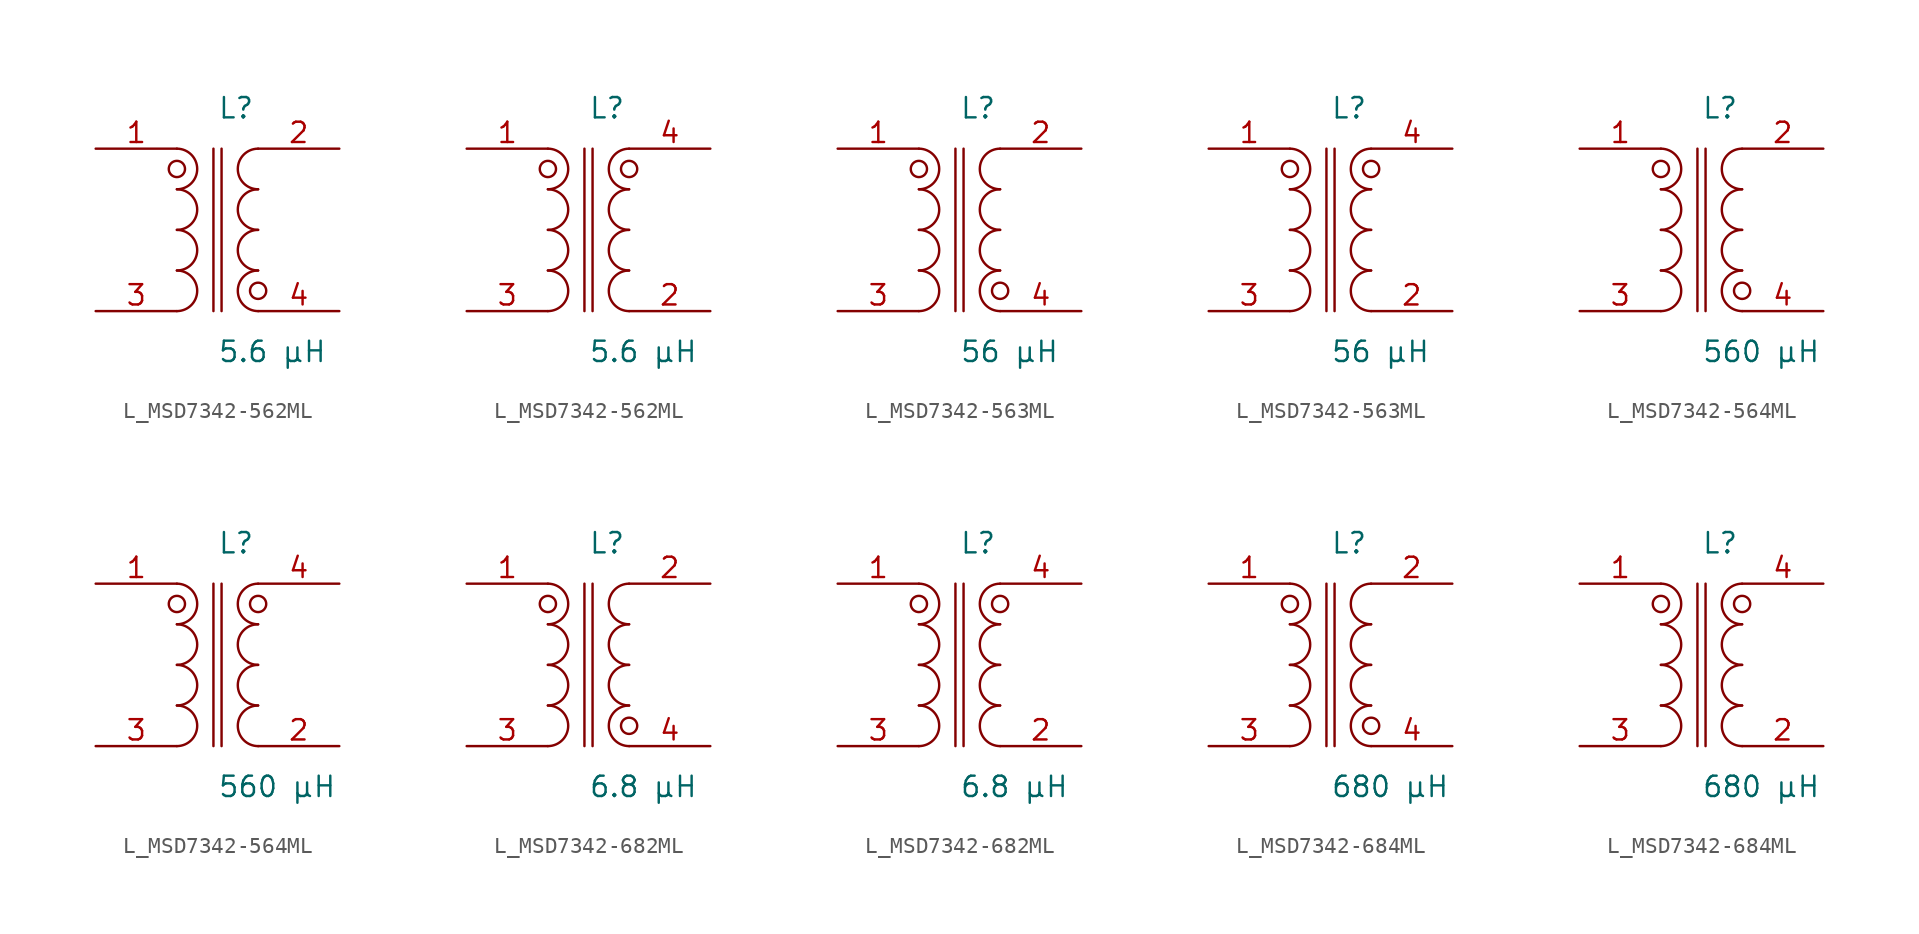
<source format=kicad_sym>
(kicad_symbol_lib
  (version 20231120)
  (generator kicad_symbol_editor)
  (generator_version 8.0)
  (symbol "L_MSD7342-562ML"
    (pin_names
      (offset 0.254))
    (property "Reference" "L"
      (at 0.0 7.62 0)
      (effects (font (size 1.27 1.27)) (justify left)))
    (property "Value" "5.6 µH"
      (at 0.0 -7.62 0)
      (effects (font (size 1.27 1.27)) (justify left)))
    (symbol "L_MSD7342-562ML_1_1"
      (arc (start -2.54 -5.08) (mid -1.27 -3.81) (end -2.54 -2.54) (stroke (width 0) (type default)) (fill (type none)))
      (arc (start -2.54 -2.54) (mid -1.27 -1.27) (end -2.54 0.0) (stroke (width 0) (type default)) (fill (type none)))
      (arc (start -2.54 0.0) (mid -1.27 1.27) (end -2.54 2.54) (stroke (width 0) (type default)) (fill (type none)))
      (arc (start -2.54 2.54) (mid -1.27 3.81) (end -2.54 5.08) (stroke (width 0) (type default)) (fill (type none)))
      (arc (start 2.54 -5.08) (mid 1.27 -3.81) (end 2.54 -2.54) (stroke (width 0) (type default)) (fill (type none)))
      (arc (start 2.54 -2.54) (mid 1.27 -1.27) (end 2.54 0.0) (stroke (width 0) (type default)) (fill (type none)))
      (arc (start 2.54 0.0) (mid 1.27 1.27) (end 2.54 2.54) (stroke (width 0) (type default)) (fill (type none)))
      (arc (start 2.54 2.54) (mid 1.27 3.81) (end 2.54 5.08) (stroke (width 0) (type default)) (fill (type none)))
      (circle (center -2.54 3.81) (radius 0.508) (stroke (width 0) (type default)) (fill (type none)))
      (circle (center 2.54 -3.81) (radius 0.508) (stroke (width 0) (type default)) (fill (type none)))
      (polyline (pts (xy -0.254 5.08) (xy -0.254 -5.08)) (stroke (width 0) (type default)) (fill (type none)))
      (polyline (pts (xy 0.254 5.08) (xy 0.254 -5.08)) (stroke (width 0) (type default)) (fill (type none)))
      (pin unspecified line (at -7.62 5.08 0) (length 5.08) (name "" (effects (font (size 1.27 1.27)))) (number "1" (effects (font (size 1.27 1.27)))))
      (pin unspecified line (at -7.62 -5.08 0) (length 5.08) (name "" (effects (font (size 1.27 1.27)))) (number "3" (effects (font (size 1.27 1.27)))))
      (pin unspecified line (at 7.62 5.08 180) (length 5.08) (name "" (effects (font (size 1.27 1.27)))) (number "2" (effects (font (size 1.27 1.27)))))
      (pin unspecified line (at 7.62 -5.08 180) (length 5.08) (name "" (effects (font (size 1.27 1.27)))) (number "4" (effects (font (size 1.27 1.27))))))
    (symbol "L_MSD7342-562ML_1_2"
      (arc (start -2.54 -5.08) (mid -1.27 -3.81) (end -2.54 -2.54) (stroke (width 0) (type default)) (fill (type none)))
      (arc (start -2.54 -2.54) (mid -1.27 -1.27) (end -2.54 0.0) (stroke (width 0) (type default)) (fill (type none)))
      (arc (start -2.54 0.0) (mid -1.27 1.27) (end -2.54 2.54) (stroke (width 0) (type default)) (fill (type none)))
      (arc (start -2.54 2.54) (mid -1.27 3.81) (end -2.54 5.08) (stroke (width 0) (type default)) (fill (type none)))
      (arc (start 2.54 -5.08) (mid 1.27 -3.81) (end 2.54 -2.54) (stroke (width 0) (type default)) (fill (type none)))
      (arc (start 2.54 -2.54) (mid 1.27 -1.27) (end 2.54 0.0) (stroke (width 0) (type default)) (fill (type none)))
      (arc (start 2.54 0.0) (mid 1.27 1.27) (end 2.54 2.54) (stroke (width 0) (type default)) (fill (type none)))
      (arc (start 2.54 2.54) (mid 1.27 3.81) (end 2.54 5.08) (stroke (width 0) (type default)) (fill (type none)))
      (circle (center -2.54 3.81) (radius 0.508) (stroke (width 0) (type default)) (fill (type none)))
      (circle (center 2.54 3.81) (radius 0.508) (stroke (width 0) (type default)) (fill (type none)))
      (polyline (pts (xy -0.254 5.08) (xy -0.254 -5.08)) (stroke (width 0) (type default)) (fill (type none)))
      (polyline (pts (xy 0.254 5.08) (xy 0.254 -5.08)) (stroke (width 0) (type default)) (fill (type none)))
      (pin unspecified line (at -7.62 5.08 0) (length 5.08) (name "" (effects (font (size 1.27 1.27)))) (number "1" (effects (font (size 1.27 1.27)))))
      (pin unspecified line (at -7.62 -5.08 0) (length 5.08) (name "" (effects (font (size 1.27 1.27)))) (number "3" (effects (font (size 1.27 1.27)))))
      (pin unspecified line (at 7.62 -5.08 180) (length 5.08) (name "" (effects (font (size 1.27 1.27)))) (number "2" (effects (font (size 1.27 1.27)))))
      (pin unspecified line (at 7.62 5.08 180) (length 5.08) (name "" (effects (font (size 1.27 1.27)))) (number "4" (effects (font (size 1.27 1.27)))))))
  (symbol "L_MSD7342-563ML"
    (pin_names
      (offset 0.254))
    (property "Reference" "L"
      (at 0.0 7.62 0)
      (effects (font (size 1.27 1.27)) (justify left)))
    (property "Value" "56 µH"
      (at 0.0 -7.62 0)
      (effects (font (size 1.27 1.27)) (justify left)))
    (symbol "L_MSD7342-563ML_1_1"
      (arc (start -2.54 -5.08) (mid -1.27 -3.81) (end -2.54 -2.54) (stroke (width 0) (type default)) (fill (type none)))
      (arc (start -2.54 -2.54) (mid -1.27 -1.27) (end -2.54 0.0) (stroke (width 0) (type default)) (fill (type none)))
      (arc (start -2.54 0.0) (mid -1.27 1.27) (end -2.54 2.54) (stroke (width 0) (type default)) (fill (type none)))
      (arc (start -2.54 2.54) (mid -1.27 3.81) (end -2.54 5.08) (stroke (width 0) (type default)) (fill (type none)))
      (arc (start 2.54 -5.08) (mid 1.27 -3.81) (end 2.54 -2.54) (stroke (width 0) (type default)) (fill (type none)))
      (arc (start 2.54 -2.54) (mid 1.27 -1.27) (end 2.54 0.0) (stroke (width 0) (type default)) (fill (type none)))
      (arc (start 2.54 0.0) (mid 1.27 1.27) (end 2.54 2.54) (stroke (width 0) (type default)) (fill (type none)))
      (arc (start 2.54 2.54) (mid 1.27 3.81) (end 2.54 5.08) (stroke (width 0) (type default)) (fill (type none)))
      (circle (center -2.54 3.81) (radius 0.508) (stroke (width 0) (type default)) (fill (type none)))
      (circle (center 2.54 -3.81) (radius 0.508) (stroke (width 0) (type default)) (fill (type none)))
      (polyline (pts (xy -0.254 5.08) (xy -0.254 -5.08)) (stroke (width 0) (type default)) (fill (type none)))
      (polyline (pts (xy 0.254 5.08) (xy 0.254 -5.08)) (stroke (width 0) (type default)) (fill (type none)))
      (pin unspecified line (at -7.62 5.08 0) (length 5.08) (name "" (effects (font (size 1.27 1.27)))) (number "1" (effects (font (size 1.27 1.27)))))
      (pin unspecified line (at -7.62 -5.08 0) (length 5.08) (name "" (effects (font (size 1.27 1.27)))) (number "3" (effects (font (size 1.27 1.27)))))
      (pin unspecified line (at 7.62 5.08 180) (length 5.08) (name "" (effects (font (size 1.27 1.27)))) (number "2" (effects (font (size 1.27 1.27)))))
      (pin unspecified line (at 7.62 -5.08 180) (length 5.08) (name "" (effects (font (size 1.27 1.27)))) (number "4" (effects (font (size 1.27 1.27))))))
    (symbol "L_MSD7342-563ML_1_2"
      (arc (start -2.54 -5.08) (mid -1.27 -3.81) (end -2.54 -2.54) (stroke (width 0) (type default)) (fill (type none)))
      (arc (start -2.54 -2.54) (mid -1.27 -1.27) (end -2.54 0.0) (stroke (width 0) (type default)) (fill (type none)))
      (arc (start -2.54 0.0) (mid -1.27 1.27) (end -2.54 2.54) (stroke (width 0) (type default)) (fill (type none)))
      (arc (start -2.54 2.54) (mid -1.27 3.81) (end -2.54 5.08) (stroke (width 0) (type default)) (fill (type none)))
      (arc (start 2.54 -5.08) (mid 1.27 -3.81) (end 2.54 -2.54) (stroke (width 0) (type default)) (fill (type none)))
      (arc (start 2.54 -2.54) (mid 1.27 -1.27) (end 2.54 0.0) (stroke (width 0) (type default)) (fill (type none)))
      (arc (start 2.54 0.0) (mid 1.27 1.27) (end 2.54 2.54) (stroke (width 0) (type default)) (fill (type none)))
      (arc (start 2.54 2.54) (mid 1.27 3.81) (end 2.54 5.08) (stroke (width 0) (type default)) (fill (type none)))
      (circle (center -2.54 3.81) (radius 0.508) (stroke (width 0) (type default)) (fill (type none)))
      (circle (center 2.54 3.81) (radius 0.508) (stroke (width 0) (type default)) (fill (type none)))
      (polyline (pts (xy -0.254 5.08) (xy -0.254 -5.08)) (stroke (width 0) (type default)) (fill (type none)))
      (polyline (pts (xy 0.254 5.08) (xy 0.254 -5.08)) (stroke (width 0) (type default)) (fill (type none)))
      (pin unspecified line (at -7.62 5.08 0) (length 5.08) (name "" (effects (font (size 1.27 1.27)))) (number "1" (effects (font (size 1.27 1.27)))))
      (pin unspecified line (at -7.62 -5.08 0) (length 5.08) (name "" (effects (font (size 1.27 1.27)))) (number "3" (effects (font (size 1.27 1.27)))))
      (pin unspecified line (at 7.62 -5.08 180) (length 5.08) (name "" (effects (font (size 1.27 1.27)))) (number "2" (effects (font (size 1.27 1.27)))))
      (pin unspecified line (at 7.62 5.08 180) (length 5.08) (name "" (effects (font (size 1.27 1.27)))) (number "4" (effects (font (size 1.27 1.27)))))))
  (symbol "L_MSD7342-564ML"
    (pin_names
      (offset 0.254))
    (property "Reference" "L"
      (at 0.0 7.62 0)
      (effects (font (size 1.27 1.27)) (justify left)))
    (property "Value" "560 µH"
      (at 0.0 -7.62 0)
      (effects (font (size 1.27 1.27)) (justify left)))
    (symbol "L_MSD7342-564ML_1_1"
      (arc (start -2.54 -5.08) (mid -1.27 -3.81) (end -2.54 -2.54) (stroke (width 0) (type default)) (fill (type none)))
      (arc (start -2.54 -2.54) (mid -1.27 -1.27) (end -2.54 0.0) (stroke (width 0) (type default)) (fill (type none)))
      (arc (start -2.54 0.0) (mid -1.27 1.27) (end -2.54 2.54) (stroke (width 0) (type default)) (fill (type none)))
      (arc (start -2.54 2.54) (mid -1.27 3.81) (end -2.54 5.08) (stroke (width 0) (type default)) (fill (type none)))
      (arc (start 2.54 -5.08) (mid 1.27 -3.81) (end 2.54 -2.54) (stroke (width 0) (type default)) (fill (type none)))
      (arc (start 2.54 -2.54) (mid 1.27 -1.27) (end 2.54 0.0) (stroke (width 0) (type default)) (fill (type none)))
      (arc (start 2.54 0.0) (mid 1.27 1.27) (end 2.54 2.54) (stroke (width 0) (type default)) (fill (type none)))
      (arc (start 2.54 2.54) (mid 1.27 3.81) (end 2.54 5.08) (stroke (width 0) (type default)) (fill (type none)))
      (circle (center -2.54 3.81) (radius 0.508) (stroke (width 0) (type default)) (fill (type none)))
      (circle (center 2.54 -3.81) (radius 0.508) (stroke (width 0) (type default)) (fill (type none)))
      (polyline (pts (xy -0.254 5.08) (xy -0.254 -5.08)) (stroke (width 0) (type default)) (fill (type none)))
      (polyline (pts (xy 0.254 5.08) (xy 0.254 -5.08)) (stroke (width 0) (type default)) (fill (type none)))
      (pin unspecified line (at -7.62 5.08 0) (length 5.08) (name "" (effects (font (size 1.27 1.27)))) (number "1" (effects (font (size 1.27 1.27)))))
      (pin unspecified line (at -7.62 -5.08 0) (length 5.08) (name "" (effects (font (size 1.27 1.27)))) (number "3" (effects (font (size 1.27 1.27)))))
      (pin unspecified line (at 7.62 5.08 180) (length 5.08) (name "" (effects (font (size 1.27 1.27)))) (number "2" (effects (font (size 1.27 1.27)))))
      (pin unspecified line (at 7.62 -5.08 180) (length 5.08) (name "" (effects (font (size 1.27 1.27)))) (number "4" (effects (font (size 1.27 1.27))))))
    (symbol "L_MSD7342-564ML_1_2"
      (arc (start -2.54 -5.08) (mid -1.27 -3.81) (end -2.54 -2.54) (stroke (width 0) (type default)) (fill (type none)))
      (arc (start -2.54 -2.54) (mid -1.27 -1.27) (end -2.54 0.0) (stroke (width 0) (type default)) (fill (type none)))
      (arc (start -2.54 0.0) (mid -1.27 1.27) (end -2.54 2.54) (stroke (width 0) (type default)) (fill (type none)))
      (arc (start -2.54 2.54) (mid -1.27 3.81) (end -2.54 5.08) (stroke (width 0) (type default)) (fill (type none)))
      (arc (start 2.54 -5.08) (mid 1.27 -3.81) (end 2.54 -2.54) (stroke (width 0) (type default)) (fill (type none)))
      (arc (start 2.54 -2.54) (mid 1.27 -1.27) (end 2.54 0.0) (stroke (width 0) (type default)) (fill (type none)))
      (arc (start 2.54 0.0) (mid 1.27 1.27) (end 2.54 2.54) (stroke (width 0) (type default)) (fill (type none)))
      (arc (start 2.54 2.54) (mid 1.27 3.81) (end 2.54 5.08) (stroke (width 0) (type default)) (fill (type none)))
      (circle (center -2.54 3.81) (radius 0.508) (stroke (width 0) (type default)) (fill (type none)))
      (circle (center 2.54 3.81) (radius 0.508) (stroke (width 0) (type default)) (fill (type none)))
      (polyline (pts (xy -0.254 5.08) (xy -0.254 -5.08)) (stroke (width 0) (type default)) (fill (type none)))
      (polyline (pts (xy 0.254 5.08) (xy 0.254 -5.08)) (stroke (width 0) (type default)) (fill (type none)))
      (pin unspecified line (at -7.62 5.08 0) (length 5.08) (name "" (effects (font (size 1.27 1.27)))) (number "1" (effects (font (size 1.27 1.27)))))
      (pin unspecified line (at -7.62 -5.08 0) (length 5.08) (name "" (effects (font (size 1.27 1.27)))) (number "3" (effects (font (size 1.27 1.27)))))
      (pin unspecified line (at 7.62 -5.08 180) (length 5.08) (name "" (effects (font (size 1.27 1.27)))) (number "2" (effects (font (size 1.27 1.27)))))
      (pin unspecified line (at 7.62 5.08 180) (length 5.08) (name "" (effects (font (size 1.27 1.27)))) (number "4" (effects (font (size 1.27 1.27)))))))
  (symbol "L_MSD7342-682ML"
    (pin_names
      (offset 0.254))
    (property "Reference" "L"
      (at 0.0 7.62 0)
      (effects (font (size 1.27 1.27)) (justify left)))
    (property "Value" "6.8 µH"
      (at 0.0 -7.62 0)
      (effects (font (size 1.27 1.27)) (justify left)))
    (symbol "L_MSD7342-682ML_1_1"
      (arc (start -2.54 -5.08) (mid -1.27 -3.81) (end -2.54 -2.54) (stroke (width 0) (type default)) (fill (type none)))
      (arc (start -2.54 -2.54) (mid -1.27 -1.27) (end -2.54 0.0) (stroke (width 0) (type default)) (fill (type none)))
      (arc (start -2.54 0.0) (mid -1.27 1.27) (end -2.54 2.54) (stroke (width 0) (type default)) (fill (type none)))
      (arc (start -2.54 2.54) (mid -1.27 3.81) (end -2.54 5.08) (stroke (width 0) (type default)) (fill (type none)))
      (arc (start 2.54 -5.08) (mid 1.27 -3.81) (end 2.54 -2.54) (stroke (width 0) (type default)) (fill (type none)))
      (arc (start 2.54 -2.54) (mid 1.27 -1.27) (end 2.54 0.0) (stroke (width 0) (type default)) (fill (type none)))
      (arc (start 2.54 0.0) (mid 1.27 1.27) (end 2.54 2.54) (stroke (width 0) (type default)) (fill (type none)))
      (arc (start 2.54 2.54) (mid 1.27 3.81) (end 2.54 5.08) (stroke (width 0) (type default)) (fill (type none)))
      (circle (center -2.54 3.81) (radius 0.508) (stroke (width 0) (type default)) (fill (type none)))
      (circle (center 2.54 -3.81) (radius 0.508) (stroke (width 0) (type default)) (fill (type none)))
      (polyline (pts (xy -0.254 5.08) (xy -0.254 -5.08)) (stroke (width 0) (type default)) (fill (type none)))
      (polyline (pts (xy 0.254 5.08) (xy 0.254 -5.08)) (stroke (width 0) (type default)) (fill (type none)))
      (pin unspecified line (at -7.62 5.08 0) (length 5.08) (name "" (effects (font (size 1.27 1.27)))) (number "1" (effects (font (size 1.27 1.27)))))
      (pin unspecified line (at -7.62 -5.08 0) (length 5.08) (name "" (effects (font (size 1.27 1.27)))) (number "3" (effects (font (size 1.27 1.27)))))
      (pin unspecified line (at 7.62 5.08 180) (length 5.08) (name "" (effects (font (size 1.27 1.27)))) (number "2" (effects (font (size 1.27 1.27)))))
      (pin unspecified line (at 7.62 -5.08 180) (length 5.08) (name "" (effects (font (size 1.27 1.27)))) (number "4" (effects (font (size 1.27 1.27))))))
    (symbol "L_MSD7342-682ML_1_2"
      (arc (start -2.54 -5.08) (mid -1.27 -3.81) (end -2.54 -2.54) (stroke (width 0) (type default)) (fill (type none)))
      (arc (start -2.54 -2.54) (mid -1.27 -1.27) (end -2.54 0.0) (stroke (width 0) (type default)) (fill (type none)))
      (arc (start -2.54 0.0) (mid -1.27 1.27) (end -2.54 2.54) (stroke (width 0) (type default)) (fill (type none)))
      (arc (start -2.54 2.54) (mid -1.27 3.81) (end -2.54 5.08) (stroke (width 0) (type default)) (fill (type none)))
      (arc (start 2.54 -5.08) (mid 1.27 -3.81) (end 2.54 -2.54) (stroke (width 0) (type default)) (fill (type none)))
      (arc (start 2.54 -2.54) (mid 1.27 -1.27) (end 2.54 0.0) (stroke (width 0) (type default)) (fill (type none)))
      (arc (start 2.54 0.0) (mid 1.27 1.27) (end 2.54 2.54) (stroke (width 0) (type default)) (fill (type none)))
      (arc (start 2.54 2.54) (mid 1.27 3.81) (end 2.54 5.08) (stroke (width 0) (type default)) (fill (type none)))
      (circle (center -2.54 3.81) (radius 0.508) (stroke (width 0) (type default)) (fill (type none)))
      (circle (center 2.54 3.81) (radius 0.508) (stroke (width 0) (type default)) (fill (type none)))
      (polyline (pts (xy -0.254 5.08) (xy -0.254 -5.08)) (stroke (width 0) (type default)) (fill (type none)))
      (polyline (pts (xy 0.254 5.08) (xy 0.254 -5.08)) (stroke (width 0) (type default)) (fill (type none)))
      (pin unspecified line (at -7.62 5.08 0) (length 5.08) (name "" (effects (font (size 1.27 1.27)))) (number "1" (effects (font (size 1.27 1.27)))))
      (pin unspecified line (at -7.62 -5.08 0) (length 5.08) (name "" (effects (font (size 1.27 1.27)))) (number "3" (effects (font (size 1.27 1.27)))))
      (pin unspecified line (at 7.62 -5.08 180) (length 5.08) (name "" (effects (font (size 1.27 1.27)))) (number "2" (effects (font (size 1.27 1.27)))))
      (pin unspecified line (at 7.62 5.08 180) (length 5.08) (name "" (effects (font (size 1.27 1.27)))) (number "4" (effects (font (size 1.27 1.27)))))))
  (symbol "L_MSD7342-684ML"
    (pin_names
      (offset 0.254))
    (property "Reference" "L"
      (at 0.0 7.62 0)
      (effects (font (size 1.27 1.27)) (justify left)))
    (property "Value" "680 µH"
      (at 0.0 -7.62 0)
      (effects (font (size 1.27 1.27)) (justify left)))
    (symbol "L_MSD7342-684ML_1_1"
      (arc (start -2.54 -5.08) (mid -1.27 -3.81) (end -2.54 -2.54) (stroke (width 0) (type default)) (fill (type none)))
      (arc (start -2.54 -2.54) (mid -1.27 -1.27) (end -2.54 0.0) (stroke (width 0) (type default)) (fill (type none)))
      (arc (start -2.54 0.0) (mid -1.27 1.27) (end -2.54 2.54) (stroke (width 0) (type default)) (fill (type none)))
      (arc (start -2.54 2.54) (mid -1.27 3.81) (end -2.54 5.08) (stroke (width 0) (type default)) (fill (type none)))
      (arc (start 2.54 -5.08) (mid 1.27 -3.81) (end 2.54 -2.54) (stroke (width 0) (type default)) (fill (type none)))
      (arc (start 2.54 -2.54) (mid 1.27 -1.27) (end 2.54 0.0) (stroke (width 0) (type default)) (fill (type none)))
      (arc (start 2.54 0.0) (mid 1.27 1.27) (end 2.54 2.54) (stroke (width 0) (type default)) (fill (type none)))
      (arc (start 2.54 2.54) (mid 1.27 3.81) (end 2.54 5.08) (stroke (width 0) (type default)) (fill (type none)))
      (circle (center -2.54 3.81) (radius 0.508) (stroke (width 0) (type default)) (fill (type none)))
      (circle (center 2.54 -3.81) (radius 0.508) (stroke (width 0) (type default)) (fill (type none)))
      (polyline (pts (xy -0.254 5.08) (xy -0.254 -5.08)) (stroke (width 0) (type default)) (fill (type none)))
      (polyline (pts (xy 0.254 5.08) (xy 0.254 -5.08)) (stroke (width 0) (type default)) (fill (type none)))
      (pin unspecified line (at -7.62 5.08 0) (length 5.08) (name "" (effects (font (size 1.27 1.27)))) (number "1" (effects (font (size 1.27 1.27)))))
      (pin unspecified line (at -7.62 -5.08 0) (length 5.08) (name "" (effects (font (size 1.27 1.27)))) (number "3" (effects (font (size 1.27 1.27)))))
      (pin unspecified line (at 7.62 5.08 180) (length 5.08) (name "" (effects (font (size 1.27 1.27)))) (number "2" (effects (font (size 1.27 1.27)))))
      (pin unspecified line (at 7.62 -5.08 180) (length 5.08) (name "" (effects (font (size 1.27 1.27)))) (number "4" (effects (font (size 1.27 1.27))))))
    (symbol "L_MSD7342-684ML_1_2"
      (arc (start -2.54 -5.08) (mid -1.27 -3.81) (end -2.54 -2.54) (stroke (width 0) (type default)) (fill (type none)))
      (arc (start -2.54 -2.54) (mid -1.27 -1.27) (end -2.54 0.0) (stroke (width 0) (type default)) (fill (type none)))
      (arc (start -2.54 0.0) (mid -1.27 1.27) (end -2.54 2.54) (stroke (width 0) (type default)) (fill (type none)))
      (arc (start -2.54 2.54) (mid -1.27 3.81) (end -2.54 5.08) (stroke (width 0) (type default)) (fill (type none)))
      (arc (start 2.54 -5.08) (mid 1.27 -3.81) (end 2.54 -2.54) (stroke (width 0) (type default)) (fill (type none)))
      (arc (start 2.54 -2.54) (mid 1.27 -1.27) (end 2.54 0.0) (stroke (width 0) (type default)) (fill (type none)))
      (arc (start 2.54 0.0) (mid 1.27 1.27) (end 2.54 2.54) (stroke (width 0) (type default)) (fill (type none)))
      (arc (start 2.54 2.54) (mid 1.27 3.81) (end 2.54 5.08) (stroke (width 0) (type default)) (fill (type none)))
      (circle (center -2.54 3.81) (radius 0.508) (stroke (width 0) (type default)) (fill (type none)))
      (circle (center 2.54 3.81) (radius 0.508) (stroke (width 0) (type default)) (fill (type none)))
      (polyline (pts (xy -0.254 5.08) (xy -0.254 -5.08)) (stroke (width 0) (type default)) (fill (type none)))
      (polyline (pts (xy 0.254 5.08) (xy 0.254 -5.08)) (stroke (width 0) (type default)) (fill (type none)))
      (pin unspecified line (at -7.62 5.08 0) (length 5.08) (name "" (effects (font (size 1.27 1.27)))) (number "1" (effects (font (size 1.27 1.27)))))
      (pin unspecified line (at -7.62 -5.08 0) (length 5.08) (name "" (effects (font (size 1.27 1.27)))) (number "3" (effects (font (size 1.27 1.27)))))
      (pin unspecified line (at 7.62 -5.08 180) (length 5.08) (name "" (effects (font (size 1.27 1.27)))) (number "2" (effects (font (size 1.27 1.27)))))
      (pin unspecified line (at 7.62 5.08 180) (length 5.08) (name "" (effects (font (size 1.27 1.27)))) (number "4" (effects (font (size 1.27 1.27))))))))
</source>
